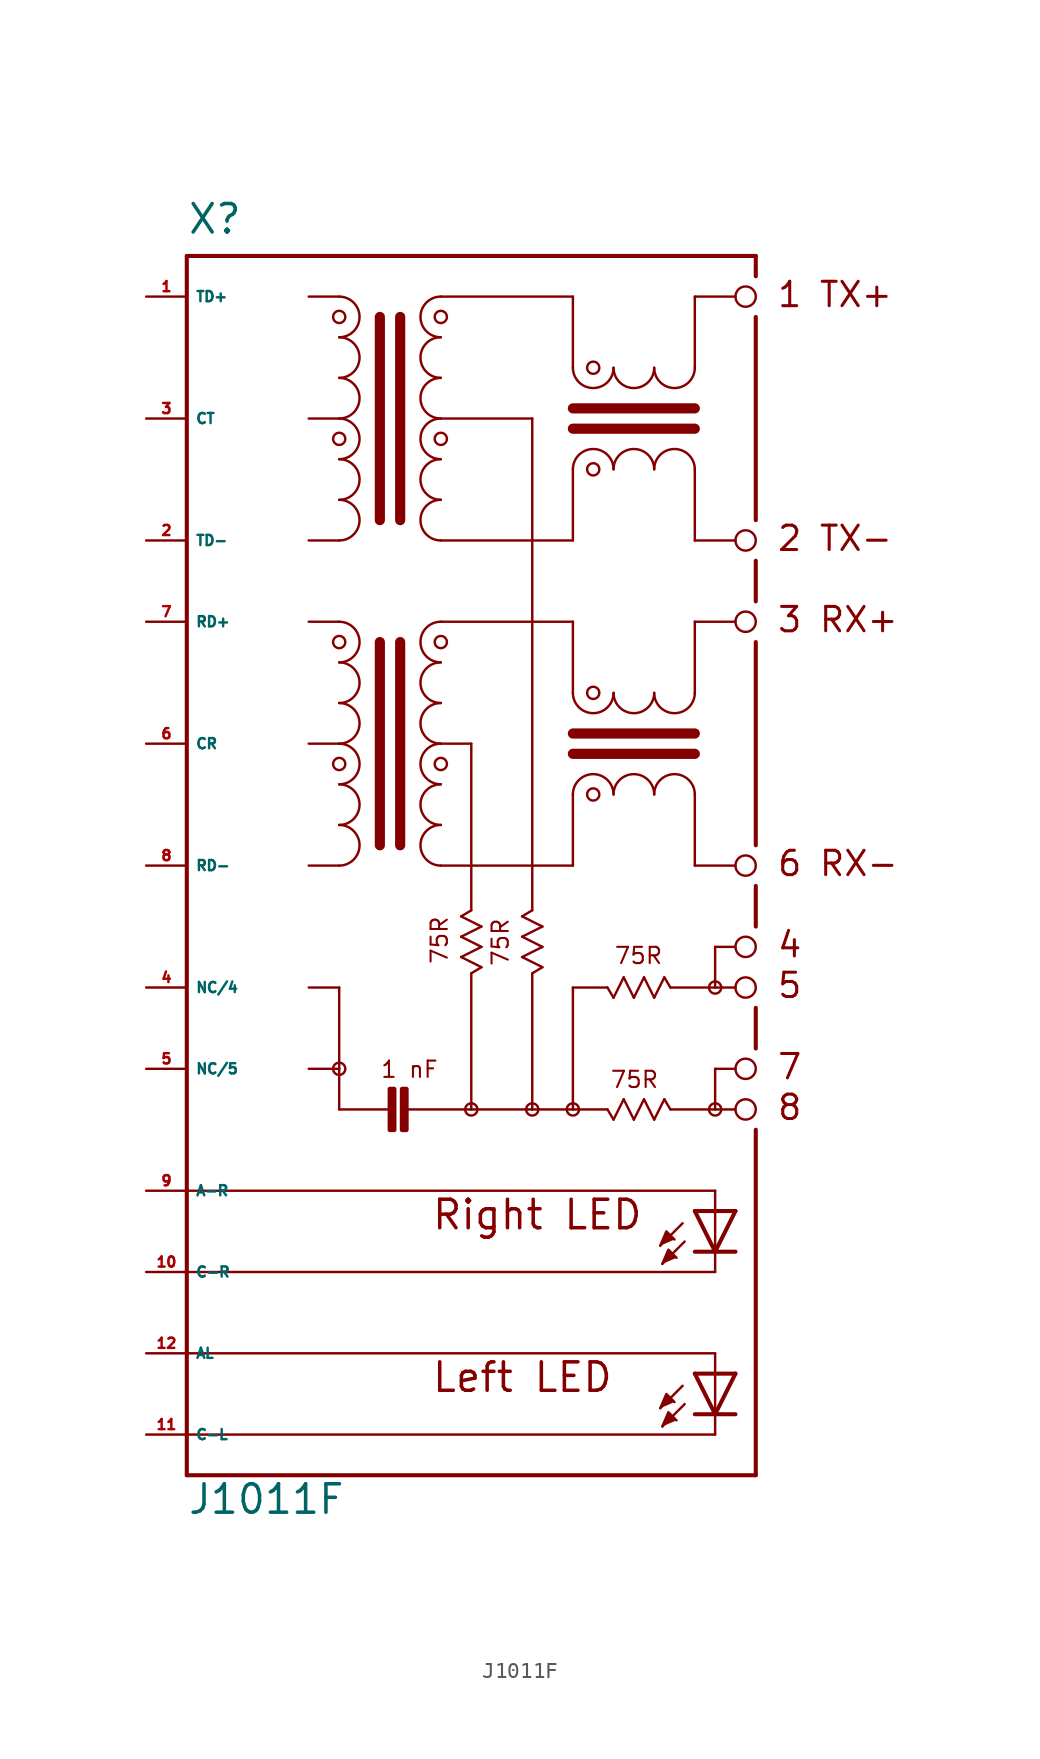
<source format=kicad_sym>
(kicad_symbol_lib
  (version 20220914)
  (generator Eagle2Kicad)
  (symbol "J1011F"
    (property "Reference" "X"
      (at -12.7 21.59 0)
      (effects (font (size 1.778 1.778) (thickness 0.22)) (justify left bottom)))
    (property "Value" "J1011F"
      (at -12.7 -58.42 0)
      (effects (font (size 1.778 1.778) (thickness 0.22)) (justify left bottom)))
    (polyline
      (pts (xy 16.891 -41.529) (xy 17.272 -40.64) (xy 17.78 -41.148))
      (stroke (width 0.152) (type default))
      (fill (type outline)))
    (polyline
      (pts (xy 17.018 -42.672) (xy 17.399 -41.783) (xy 17.907 -42.291))
      (stroke (width 0.152) (type default))
      (fill (type outline)))
    (polyline
      (pts (xy 16.891 -51.689) (xy 17.272 -50.8) (xy 17.78 -51.308))
      (stroke (width 0.152) (type default))
      (fill (type outline)))
    (polyline
      (pts (xy 17.018 -52.832) (xy 17.399 -51.943) (xy 17.907 -52.451))
      (stroke (width 0.152) (type default))
      (fill (type outline)))
    (polyline
      (pts (xy 21.59 -39.37) (xy 20.32 -41.91))
      (stroke (width 0.254) (type default))
      (fill (type none)))
    (polyline
      (pts (xy 20.32 -41.91) (xy 19.05 -39.37))
      (stroke (width 0.254) (type default))
      (fill (type none)))
    (polyline
      (pts (xy 21.59 -41.91) (xy 20.32 -41.91))
      (stroke (width 0.254) (type default))
      (fill (type none)))
    (polyline
      (pts (xy 20.32 -41.91) (xy 19.05 -41.91))
      (stroke (width 0.254) (type default))
      (fill (type none)))
    (polyline
      (pts (xy 21.59 -39.37) (xy 20.32 -39.37))
      (stroke (width 0.254) (type default))
      (fill (type none)))
    (polyline
      (pts (xy 20.32 -39.37) (xy 19.05 -39.37))
      (stroke (width 0.254) (type default))
      (fill (type none)))
    (polyline
      (pts (xy 20.32 -39.37) (xy 20.32 -41.91))
      (stroke (width 0.152) (type default))
      (fill (type none)))
    (polyline
      (pts (xy 18.288 -40.132) (xy 16.891 -41.529))
      (stroke (width 0.152) (type default))
      (fill (type none)))
    (polyline
      (pts (xy 18.415 -41.275) (xy 17.018 -42.672))
      (stroke (width 0.152) (type default))
      (fill (type none)))
    (polyline
      (pts (xy 20.32 -43.18) (xy 20.32 -41.91))
      (stroke (width 0.152) (type default))
      (fill (type none)))
    (polyline
      (pts (xy -12.7 -38.1) (xy 20.32 -38.1))
      (stroke (width 0.152) (type default))
      (fill (type none)))
    (polyline
      (pts (xy 20.32 -38.1) (xy 20.32 -39.37))
      (stroke (width 0.152) (type default))
      (fill (type none)))
    (polyline
      (pts (xy -12.7 -43.18) (xy 20.32 -43.18))
      (stroke (width 0.152) (type default))
      (fill (type none)))
    (polyline
      (pts (xy 21.59 -49.53) (xy 20.32 -52.07))
      (stroke (width 0.254) (type default))
      (fill (type none)))
    (polyline
      (pts (xy 20.32 -52.07) (xy 19.05 -49.53))
      (stroke (width 0.254) (type default))
      (fill (type none)))
    (polyline
      (pts (xy 21.59 -52.07) (xy 20.32 -52.07))
      (stroke (width 0.254) (type default))
      (fill (type none)))
    (polyline
      (pts (xy 20.32 -52.07) (xy 19.05 -52.07))
      (stroke (width 0.254) (type default))
      (fill (type none)))
    (polyline
      (pts (xy 21.59 -49.53) (xy 20.32 -49.53))
      (stroke (width 0.254) (type default))
      (fill (type none)))
    (polyline
      (pts (xy 20.32 -49.53) (xy 19.05 -49.53))
      (stroke (width 0.254) (type default))
      (fill (type none)))
    (polyline
      (pts (xy 20.32 -49.53) (xy 20.32 -52.07))
      (stroke (width 0.152) (type default))
      (fill (type none)))
    (polyline
      (pts (xy 18.288 -50.292) (xy 16.891 -51.689))
      (stroke (width 0.152) (type default))
      (fill (type none)))
    (polyline
      (pts (xy 18.415 -51.435) (xy 17.018 -52.832))
      (stroke (width 0.152) (type default))
      (fill (type none)))
    (polyline
      (pts (xy 20.32 -53.34) (xy 20.32 -52.07))
      (stroke (width 0.152) (type default))
      (fill (type none)))
    (polyline
      (pts (xy -12.7 -48.26) (xy 20.32 -48.26))
      (stroke (width 0.152) (type default))
      (fill (type none)))
    (polyline
      (pts (xy 20.32 -48.26) (xy 20.32 -49.53))
      (stroke (width 0.152) (type default))
      (fill (type none)))
    (polyline
      (pts (xy -12.7 -53.34) (xy 20.32 -53.34))
      (stroke (width 0.152) (type default))
      (fill (type none)))
    (polyline
      (pts (xy -5.08 2.54) (xy -3.175 2.54))
      (stroke (width 0.152) (type default))
      (fill (type none)))
    (polyline
      (pts (xy -5.08 10.16) (xy -3.175 10.16))
      (stroke (width 0.152) (type default))
      (fill (type none)))
    (polyline
      (pts (xy -5.08 17.78) (xy -3.175 17.78))
      (stroke (width 0.152) (type default))
      (fill (type none)))
    (arc
      (start -3.175 10.16)
      (mid -1.905 11.430)
      (end -3.175 12.7)
      (stroke (width 0.1524) (type default))
      (fill (type none)))
    (arc
      (start -3.175 12.7)
      (mid -1.905 13.970)
      (end -3.175 15.24)
      (stroke (width 0.1524) (type default))
      (fill (type none)))
    (arc
      (start -3.175 15.24)
      (mid -1.905 16.510)
      (end -3.175 17.78)
      (stroke (width 0.1524) (type default))
      (fill (type none)))
    (arc
      (start -3.175 7.62)
      (mid -1.905 8.890)
      (end -3.175 10.16)
      (stroke (width 0.1524) (type default))
      (fill (type none)))
    (arc
      (start -3.175 5.08)
      (mid -1.905 6.350)
      (end -3.175 7.62)
      (stroke (width 0.1524) (type default))
      (fill (type none)))
    (arc
      (start -3.175 2.54)
      (mid -1.905 3.810)
      (end -3.175 5.08)
      (stroke (width 0.1524) (type default))
      (fill (type none)))
    (polyline
      (pts (xy -0.635 16.51) (xy -0.635 3.81))
      (stroke (width 0.635) (type default))
      (fill (type none)))
    (polyline
      (pts (xy 0.635 16.51) (xy 0.635 3.81))
      (stroke (width 0.635) (type default))
      (fill (type none)))
    (arc
      (start 3.175 12.7)
      (mid 1.905 11.430)
      (end 3.175 10.16)
      (stroke (width 0.1524) (type default))
      (fill (type none)))
    (arc
      (start 3.175 15.24)
      (mid 1.905 13.970)
      (end 3.175 12.7)
      (stroke (width 0.1524) (type default))
      (fill (type none)))
    (arc
      (start 3.175 17.78)
      (mid 1.905 16.510)
      (end 3.175 15.24)
      (stroke (width 0.1524) (type default))
      (fill (type none)))
    (arc
      (start 3.175 10.16)
      (mid 1.905 8.890)
      (end 3.175 7.62)
      (stroke (width 0.1524) (type default))
      (fill (type none)))
    (arc
      (start 3.175 7.62)
      (mid 1.905 6.350)
      (end 3.175 5.08)
      (stroke (width 0.1524) (type default))
      (fill (type none)))
    (arc
      (start 3.175 5.08)
      (mid 1.905 3.810)
      (end 3.175 2.54)
      (stroke (width 0.1524) (type default))
      (fill (type none)))
    (arc
      (start 19.05 6.985)
      (mid 17.780 8.255)
      (end 16.51 6.985)
      (stroke (width 0.1524) (type default))
      (fill (type none)))
    (arc
      (start 16.51 6.985)
      (mid 15.240 8.255)
      (end 13.97 6.985)
      (stroke (width 0.1524) (type default))
      (fill (type none)))
    (arc
      (start 13.97 6.985)
      (mid 12.700 8.255)
      (end 11.43 6.985)
      (stroke (width 0.1524) (type default))
      (fill (type none)))
    (arc
      (start 16.51 13.335)
      (mid 17.780 12.065)
      (end 19.05 13.335)
      (stroke (width 0.1524) (type default))
      (fill (type none)))
    (arc
      (start 13.97 13.335)
      (mid 15.240 12.065)
      (end 16.51 13.335)
      (stroke (width 0.1524) (type default))
      (fill (type none)))
    (arc
      (start 11.43 13.335)
      (mid 12.700 12.065)
      (end 13.97 13.335)
      (stroke (width 0.1524) (type default))
      (fill (type none)))
    (polyline
      (pts (xy 3.175 17.78) (xy 11.43 17.78))
      (stroke (width 0.152) (type default))
      (fill (type none)))
    (polyline
      (pts (xy 11.43 17.78) (xy 11.43 13.335))
      (stroke (width 0.152) (type default))
      (fill (type none)))
    (polyline
      (pts (xy 11.43 2.54) (xy 3.175 2.54))
      (stroke (width 0.152) (type default))
      (fill (type none)))
    (polyline
      (pts (xy 11.43 2.54) (xy 11.43 6.985))
      (stroke (width 0.152) (type default))
      (fill (type none)))
    (polyline
      (pts (xy 19.05 13.335) (xy 19.05 17.78))
      (stroke (width 0.152) (type default))
      (fill (type none)))
    (polyline
      (pts (xy 19.05 17.78) (xy 21.59 17.78))
      (stroke (width 0.152) (type default))
      (fill (type none)))
    (polyline
      (pts (xy 19.05 6.985) (xy 19.05 2.54))
      (stroke (width 0.152) (type default))
      (fill (type none)))
    (polyline
      (pts (xy 19.05 2.54) (xy 21.59 2.54))
      (stroke (width 0.152) (type default))
      (fill (type none)))
    (polyline
      (pts (xy 11.43 9.525) (xy 19.05 9.525))
      (stroke (width 0.635) (type default))
      (fill (type none)))
    (polyline
      (pts (xy 11.43 10.795) (xy 19.05 10.795))
      (stroke (width 0.635) (type default))
      (fill (type none)))
    (polyline
      (pts (xy -5.08 -17.78) (xy -3.175 -17.78))
      (stroke (width 0.152) (type default))
      (fill (type none)))
    (polyline
      (pts (xy -5.08 -10.16) (xy -3.175 -10.16))
      (stroke (width 0.152) (type default))
      (fill (type none)))
    (polyline
      (pts (xy -5.08 -2.54) (xy -3.175 -2.54))
      (stroke (width 0.152) (type default))
      (fill (type none)))
    (arc
      (start -3.175 -10.16)
      (mid -1.905 -8.890)
      (end -3.175 -7.62)
      (stroke (width 0.1524) (type default))
      (fill (type none)))
    (arc
      (start -3.175 -7.62)
      (mid -1.905 -6.350)
      (end -3.175 -5.08)
      (stroke (width 0.1524) (type default))
      (fill (type none)))
    (arc
      (start -3.175 -5.08)
      (mid -1.905 -3.810)
      (end -3.175 -2.54)
      (stroke (width 0.1524) (type default))
      (fill (type none)))
    (arc
      (start -3.175 -12.7)
      (mid -1.905 -11.430)
      (end -3.175 -10.16)
      (stroke (width 0.1524) (type default))
      (fill (type none)))
    (arc
      (start -3.175 -15.24)
      (mid -1.905 -13.970)
      (end -3.175 -12.7)
      (stroke (width 0.1524) (type default))
      (fill (type none)))
    (arc
      (start -3.175 -17.78)
      (mid -1.905 -16.510)
      (end -3.175 -15.24)
      (stroke (width 0.1524) (type default))
      (fill (type none)))
    (polyline
      (pts (xy -0.635 -3.81) (xy -0.635 -16.51))
      (stroke (width 0.635) (type default))
      (fill (type none)))
    (polyline
      (pts (xy 0.635 -3.81) (xy 0.635 -16.51))
      (stroke (width 0.635) (type default))
      (fill (type none)))
    (arc
      (start 3.175 -7.62)
      (mid 1.905 -8.890)
      (end 3.175 -10.16)
      (stroke (width 0.1524) (type default))
      (fill (type none)))
    (arc
      (start 3.175 -5.08)
      (mid 1.905 -6.350)
      (end 3.175 -7.62)
      (stroke (width 0.1524) (type default))
      (fill (type none)))
    (arc
      (start 3.175 -2.54)
      (mid 1.905 -3.810)
      (end 3.175 -5.08)
      (stroke (width 0.1524) (type default))
      (fill (type none)))
    (arc
      (start 3.175 -10.16)
      (mid 1.905 -11.430)
      (end 3.175 -12.7)
      (stroke (width 0.1524) (type default))
      (fill (type none)))
    (arc
      (start 3.175 -12.7)
      (mid 1.905 -13.970)
      (end 3.175 -15.24)
      (stroke (width 0.1524) (type default))
      (fill (type none)))
    (arc
      (start 3.175 -15.24)
      (mid 1.905 -16.510)
      (end 3.175 -17.78)
      (stroke (width 0.1524) (type default))
      (fill (type none)))
    (arc
      (start 19.05 -13.335)
      (mid 17.780 -12.065)
      (end 16.51 -13.335)
      (stroke (width 0.1524) (type default))
      (fill (type none)))
    (arc
      (start 16.51 -13.335)
      (mid 15.240 -12.065)
      (end 13.97 -13.335)
      (stroke (width 0.1524) (type default))
      (fill (type none)))
    (arc
      (start 13.97 -13.335)
      (mid 12.700 -12.065)
      (end 11.43 -13.335)
      (stroke (width 0.1524) (type default))
      (fill (type none)))
    (arc
      (start 16.51 -6.985)
      (mid 17.780 -8.255)
      (end 19.05 -6.985)
      (stroke (width 0.1524) (type default))
      (fill (type none)))
    (arc
      (start 13.97 -6.985)
      (mid 15.240 -8.255)
      (end 16.51 -6.985)
      (stroke (width 0.1524) (type default))
      (fill (type none)))
    (arc
      (start 11.43 -6.985)
      (mid 12.700 -8.255)
      (end 13.97 -6.985)
      (stroke (width 0.1524) (type default))
      (fill (type none)))
    (polyline
      (pts (xy 3.175 -2.54) (xy 11.43 -2.54))
      (stroke (width 0.152) (type default))
      (fill (type none)))
    (polyline
      (pts (xy 11.43 -2.54) (xy 11.43 -6.985))
      (stroke (width 0.152) (type default))
      (fill (type none)))
    (polyline
      (pts (xy 11.43 -17.78) (xy 3.175 -17.78))
      (stroke (width 0.152) (type default))
      (fill (type none)))
    (polyline
      (pts (xy 11.43 -17.78) (xy 11.43 -13.335))
      (stroke (width 0.152) (type default))
      (fill (type none)))
    (polyline
      (pts (xy 19.05 -6.985) (xy 19.05 -2.54))
      (stroke (width 0.152) (type default))
      (fill (type none)))
    (polyline
      (pts (xy 19.05 -2.54) (xy 21.59 -2.54))
      (stroke (width 0.152) (type default))
      (fill (type none)))
    (polyline
      (pts (xy 19.05 -13.335) (xy 19.05 -17.78))
      (stroke (width 0.152) (type default))
      (fill (type none)))
    (polyline
      (pts (xy 19.05 -17.78) (xy 21.59 -17.78))
      (stroke (width 0.152) (type default))
      (fill (type none)))
    (polyline
      (pts (xy 11.43 -10.795) (xy 19.05 -10.795))
      (stroke (width 0.635) (type default))
      (fill (type none)))
    (polyline
      (pts (xy 11.43 -9.525) (xy 19.05 -9.525))
      (stroke (width 0.635) (type default))
      (fill (type none)))
    (polyline
      (pts (xy 21.59 -22.86) (xy 20.32 -22.86))
      (stroke (width 0.152) (type default))
      (fill (type none)))
    (polyline
      (pts (xy 20.32 -22.86) (xy 20.32 -25.4))
      (stroke (width 0.152) (type default))
      (fill (type none)))
    (polyline
      (pts (xy 20.32 -25.4) (xy 21.59 -25.4))
      (stroke (width 0.152) (type default))
      (fill (type none)))
    (polyline
      (pts (xy 21.59 -30.48) (xy 20.32 -30.48))
      (stroke (width 0.152) (type default))
      (fill (type none)))
    (polyline
      (pts (xy 20.32 -30.48) (xy 20.32 -33.02))
      (stroke (width 0.152) (type default))
      (fill (type none)))
    (polyline
      (pts (xy 20.32 -33.02) (xy 21.59 -33.02))
      (stroke (width 0.152) (type default))
      (fill (type none)))
    (polyline
      (pts (xy 20.32 -25.4) (xy 17.526 -25.4))
      (stroke (width 0.152) (type default))
      (fill (type none)))
    (polyline
      (pts (xy 17.526 -33.02) (xy 20.32 -33.02))
      (stroke (width 0.152) (type default))
      (fill (type none)))
    (polyline
      (pts (xy -12.7 20.32) (xy -12.7 -55.88))
      (stroke (width 0.254) (type default))
      (fill (type none)))
    (polyline
      (pts (xy -12.7 -55.88) (xy 22.86 -55.88))
      (stroke (width 0.254) (type default))
      (fill (type none)))
    (polyline
      (pts (xy -12.7 20.32) (xy 22.86 20.32))
      (stroke (width 0.254) (type default))
      (fill (type none)))
    (polyline
      (pts (xy 22.86 20.32) (xy 22.86 19.05))
      (stroke (width 0.254) (type default))
      (fill (type none)))
    (polyline
      (pts (xy 22.86 -55.88) (xy 22.86 -34.29))
      (stroke (width 0.254) (type default))
      (fill (type none)))
    (polyline
      (pts (xy 22.86 -29.21) (xy 22.86 -26.67))
      (stroke (width 0.254) (type default))
      (fill (type none)))
    (polyline
      (pts (xy 22.86 -21.59) (xy 22.86 -19.05))
      (stroke (width 0.254) (type default))
      (fill (type none)))
    (polyline
      (pts (xy 22.86 -16.51) (xy 22.86 -3.81))
      (stroke (width 0.254) (type default))
      (fill (type none)))
    (polyline
      (pts (xy 22.86 -1.27) (xy 22.86 1.27))
      (stroke (width 0.254) (type default))
      (fill (type none)))
    (polyline
      (pts (xy 22.86 3.81) (xy 22.86 16.51))
      (stroke (width 0.254) (type default))
      (fill (type none)))
    (polyline
      (pts (xy 3.175 10.16) (xy 8.89 10.16))
      (stroke (width 0.152) (type default))
      (fill (type none)))
    (polyline
      (pts (xy 8.89 10.16) (xy 8.89 -20.574))
      (stroke (width 0.152) (type default))
      (fill (type none)))
    (polyline
      (pts (xy 3.175 -10.16) (xy 5.08 -10.16))
      (stroke (width 0.152) (type default))
      (fill (type none)))
    (polyline
      (pts (xy 5.08 -10.16) (xy 5.08 -20.574))
      (stroke (width 0.152) (type default))
      (fill (type none)))
    (polyline
      (pts (xy 5.08 -20.574) (xy 4.445 -20.955))
      (stroke (width 0.152) (type default))
      (fill (type none)))
    (polyline
      (pts (xy 4.445 -20.955) (xy 5.715 -21.59))
      (stroke (width 0.152) (type default))
      (fill (type none)))
    (polyline
      (pts (xy 5.715 -21.59) (xy 4.445 -22.225))
      (stroke (width 0.152) (type default))
      (fill (type none)))
    (polyline
      (pts (xy 4.445 -22.225) (xy 5.715 -22.86))
      (stroke (width 0.152) (type default))
      (fill (type none)))
    (polyline
      (pts (xy 5.715 -22.86) (xy 4.445 -23.495))
      (stroke (width 0.152) (type default))
      (fill (type none)))
    (polyline
      (pts (xy 4.445 -23.495) (xy 5.715 -24.13))
      (stroke (width 0.152) (type default))
      (fill (type none)))
    (polyline
      (pts (xy 5.715 -24.13) (xy 5.08 -24.511))
      (stroke (width 0.152) (type default))
      (fill (type none)))
    (polyline
      (pts (xy 8.89 -20.574) (xy 8.255 -20.955))
      (stroke (width 0.152) (type default))
      (fill (type none)))
    (polyline
      (pts (xy 8.255 -20.955) (xy 9.525 -21.59))
      (stroke (width 0.152) (type default))
      (fill (type none)))
    (polyline
      (pts (xy 9.525 -21.59) (xy 8.255 -22.225))
      (stroke (width 0.152) (type default))
      (fill (type none)))
    (polyline
      (pts (xy 8.255 -22.225) (xy 9.525 -22.86))
      (stroke (width 0.152) (type default))
      (fill (type none)))
    (polyline
      (pts (xy 9.525 -22.86) (xy 8.255 -23.495))
      (stroke (width 0.152) (type default))
      (fill (type none)))
    (polyline
      (pts (xy 8.255 -23.495) (xy 9.525 -24.13))
      (stroke (width 0.152) (type default))
      (fill (type none)))
    (polyline
      (pts (xy 9.525 -24.13) (xy 8.89 -24.511))
      (stroke (width 0.152) (type default))
      (fill (type none)))
    (polyline
      (pts (xy 13.589 -25.4) (xy 13.97 -26.035))
      (stroke (width 0.152) (type default))
      (fill (type none)))
    (polyline
      (pts (xy 13.97 -26.035) (xy 14.605 -24.765))
      (stroke (width 0.152) (type default))
      (fill (type none)))
    (polyline
      (pts (xy 14.605 -24.765) (xy 15.24 -26.035))
      (stroke (width 0.152) (type default))
      (fill (type none)))
    (polyline
      (pts (xy 15.24 -26.035) (xy 15.875 -24.765))
      (stroke (width 0.152) (type default))
      (fill (type none)))
    (polyline
      (pts (xy 15.875 -24.765) (xy 16.51 -26.035))
      (stroke (width 0.152) (type default))
      (fill (type none)))
    (polyline
      (pts (xy 16.51 -26.035) (xy 17.145 -24.765))
      (stroke (width 0.152) (type default))
      (fill (type none)))
    (polyline
      (pts (xy 17.145 -24.765) (xy 17.526 -25.4))
      (stroke (width 0.152) (type default))
      (fill (type none)))
    (polyline
      (pts (xy 13.589 -33.02) (xy 13.97 -33.655))
      (stroke (width 0.152) (type default))
      (fill (type none)))
    (polyline
      (pts (xy 13.97 -33.655) (xy 14.605 -32.385))
      (stroke (width 0.152) (type default))
      (fill (type none)))
    (polyline
      (pts (xy 14.605 -32.385) (xy 15.24 -33.655))
      (stroke (width 0.152) (type default))
      (fill (type none)))
    (polyline
      (pts (xy 15.24 -33.655) (xy 15.875 -32.385))
      (stroke (width 0.152) (type default))
      (fill (type none)))
    (polyline
      (pts (xy 15.875 -32.385) (xy 16.51 -33.655))
      (stroke (width 0.152) (type default))
      (fill (type none)))
    (polyline
      (pts (xy 16.51 -33.655) (xy 17.145 -32.385))
      (stroke (width 0.152) (type default))
      (fill (type none)))
    (polyline
      (pts (xy 17.145 -32.385) (xy 17.526 -33.02))
      (stroke (width 0.152) (type default))
      (fill (type none)))
    (polyline
      (pts (xy -5.08 -25.4) (xy -3.175 -25.4))
      (stroke (width 0.152) (type default))
      (fill (type none)))
    (polyline
      (pts (xy -3.175 -25.4) (xy -3.175 -30.48))
      (stroke (width 0.152) (type default))
      (fill (type none)))
    (polyline
      (pts (xy -3.175 -30.48) (xy -5.08 -30.48))
      (stroke (width 0.152) (type default))
      (fill (type none)))
    (polyline
      (pts (xy -3.175 -30.48) (xy -3.175 -33.02))
      (stroke (width 0.152) (type default))
      (fill (type none)))
    (polyline
      (pts (xy -3.175 -33.02) (xy 0 -33.02))
      (stroke (width 0.152) (type default))
      (fill (type none)))
    (polyline
      (pts (xy 1.016 -33.02) (xy 5.08 -33.02))
      (stroke (width 0.152) (type default))
      (fill (type none)))
    (polyline
      (pts (xy 5.08 -33.02) (xy 8.89 -33.02))
      (stroke (width 0.152) (type default))
      (fill (type none)))
    (polyline
      (pts (xy 8.89 -33.02) (xy 11.43 -33.02))
      (stroke (width 0.152) (type default))
      (fill (type none)))
    (polyline
      (pts (xy 11.43 -33.02) (xy 13.589 -33.02))
      (stroke (width 0.152) (type default))
      (fill (type none)))
    (polyline
      (pts (xy 13.589 -25.4) (xy 11.43 -25.4))
      (stroke (width 0.152) (type default))
      (fill (type none)))
    (polyline
      (pts (xy 11.43 -25.4) (xy 11.43 -33.02))
      (stroke (width 0.152) (type default))
      (fill (type none)))
    (polyline
      (pts (xy 8.89 -24.511) (xy 8.89 -33.02))
      (stroke (width 0.152) (type default))
      (fill (type none)))
    (polyline
      (pts (xy 5.08 -24.511) (xy 5.08 -33.02))
      (stroke (width 0.152) (type default))
      (fill (type none)))
    (text "Right LED"
      (at 2.54 -40.64 0)
      (effects (font (size 1.778 1.778) (thickness 0.22)) (justify left bottom)))
    (text "Left LED"
      (at 2.54 -50.8 0)
      (effects (font (size 1.778 1.778) (thickness 0.22)) (justify left bottom)))
    (text "1 TX+"
      (at 24.13 17.018 0)
      (effects (font (size 1.524 1.524) (thickness 0.19)) (justify left bottom)))
    (text "2 TX-"
      (at 24.13 1.778 0)
      (effects (font (size 1.524 1.524) (thickness 0.19)) (justify left bottom)))
    (text "3 RX+"
      (at 24.13 -3.302 0)
      (effects (font (size 1.524 1.524) (thickness 0.19)) (justify left bottom)))
    (text "6 RX-"
      (at 24.13 -18.542 0)
      (effects (font (size 1.524 1.524) (thickness 0.19)) (justify left bottom)))
    (text "4"
      (at 24.13 -23.622 0)
      (effects (font (size 1.524 1.524) (thickness 0.19)) (justify left bottom)))
    (text "5"
      (at 24.13 -26.162 0)
      (effects (font (size 1.524 1.524) (thickness 0.19)) (justify left bottom)))
    (text "7"
      (at 24.13 -31.242 0)
      (effects (font (size 1.524 1.524) (thickness 0.19)) (justify left bottom)))
    (text "8"
      (at 24.13 -33.782 0)
      (effects (font (size 1.524 1.524) (thickness 0.19)) (justify left bottom)))
    (text "75R"
      (at 3.683 -24.003 900)
      (effects (font (size 1.016 1.016) (thickness 0.13)) (justify left bottom)))
    (text "75R"
      (at 7.493 -24.13 900)
      (effects (font (size 1.016 1.016) (thickness 0.13)) (justify left bottom)))
    (text "75R"
      (at 13.97 -24.003 0)
      (effects (font (size 1.016 1.016) (thickness 0.13)) (justify left bottom)))
    (text "75R"
      (at 13.716 -31.75 0)
      (effects (font (size 1.016 1.016) (thickness 0.13)) (justify left bottom)))
    (text "1 nF"
      (at -0.635 -31.115 0)
      (effects (font (size 1.016 1.016) (thickness 0.13)) (justify left bottom)))
    (circle
      (center -3.175 16.51)
      (radius 0.381)
      (stroke (width 0) (type default))
      (fill (type none)))
    (circle
      (center -3.175 8.89)
      (radius 0.381)
      (stroke (width 0) (type default))
      (fill (type none)))
    (circle
      (center 3.175 16.51)
      (radius 0.381)
      (stroke (width 0) (type default))
      (fill (type none)))
    (circle
      (center 3.175 8.89)
      (radius 0.381)
      (stroke (width 0) (type default))
      (fill (type none)))
    (circle
      (center 12.7 6.985)
      (radius 0.381)
      (stroke (width 0) (type default))
      (fill (type none)))
    (circle
      (center 12.7 13.335)
      (radius 0.381)
      (stroke (width 0) (type default))
      (fill (type none)))
    (circle
      (center -3.175 -3.81)
      (radius 0.381)
      (stroke (width 0) (type default))
      (fill (type none)))
    (circle
      (center -3.175 -11.43)
      (radius 0.381)
      (stroke (width 0) (type default))
      (fill (type none)))
    (circle
      (center 3.175 -3.81)
      (radius 0.381)
      (stroke (width 0) (type default))
      (fill (type none)))
    (circle
      (center 3.175 -11.43)
      (radius 0.381)
      (stroke (width 0) (type default))
      (fill (type none)))
    (circle
      (center 12.7 -13.335)
      (radius 0.381)
      (stroke (width 0) (type default))
      (fill (type none)))
    (circle
      (center 12.7 -6.985)
      (radius 0.381)
      (stroke (width 0) (type default))
      (fill (type none)))
    (circle
      (center 22.225 17.78)
      (radius 0.635)
      (stroke (width 0.152) (type default))
      (fill (type none)))
    (circle
      (center 22.225 2.54)
      (radius 0.635)
      (stroke (width 0.152) (type default))
      (fill (type none)))
    (circle
      (center 22.225 -2.54)
      (radius 0.635)
      (stroke (width 0.152) (type default))
      (fill (type none)))
    (circle
      (center 22.225 -17.78)
      (radius 0.635)
      (stroke (width 0.152) (type default))
      (fill (type none)))
    (circle
      (center 22.225 -22.86)
      (radius 0.635)
      (stroke (width 0.152) (type default))
      (fill (type none)))
    (circle
      (center 22.225 -25.4)
      (radius 0.635)
      (stroke (width 0.152) (type default))
      (fill (type none)))
    (circle
      (center 22.225 -30.48)
      (radius 0.635)
      (stroke (width 0.152) (type default))
      (fill (type none)))
    (circle
      (center 22.225 -33.02)
      (radius 0.635)
      (stroke (width 0.152) (type default))
      (fill (type none)))
    (circle
      (center -3.175 -30.48)
      (radius 0.381)
      (stroke (width 0) (type default))
      (fill (type none)))
    (circle
      (center 5.08 -33.02)
      (radius 0.381)
      (stroke (width 0) (type default))
      (fill (type none)))
    (circle
      (center 8.89 -33.02)
      (radius 0.381)
      (stroke (width 0) (type default))
      (fill (type none)))
    (circle
      (center 11.43 -33.02)
      (radius 0.381)
      (stroke (width 0) (type default))
      (fill (type none)))
    (circle
      (center 20.32 -33.02)
      (radius 0.381)
      (stroke (width 0) (type default))
      (fill (type none)))
    (circle
      (center 20.32 -25.4)
      (radius 0.381)
      (stroke (width 0) (type default))
      (fill (type none)))
    (rectangle
      (start 0 -34.29)
      (end 0.254 -31.75)
      (stroke (width 0.3) (type default))
      (fill (type outline)))
    (rectangle
      (start 0.762 -34.29)
      (end 1.016 -31.75)
      (stroke (width 0.3) (type default))
      (fill (type outline)))
    (pin passive line
      (at -15.24 -43.18 0)
      (length 2.54)
      (name "C-R" (effects (font (size 0.635 0.635) (thickness 0.08)) (justify left bottom)))
      (number "10" (effects (font (size 0.635 0.635) (thickness 0.08)) (justify left bottom))))
    (pin passive line
      (at -15.24 -38.1 0)
      (length 2.54)
      (name "A-R" (effects (font (size 0.635 0.635) (thickness 0.08)) (justify left bottom)))
      (number "9" (effects (font (size 0.635 0.635) (thickness 0.08)) (justify left bottom))))
    (pin passive line
      (at -15.24 -53.34 0)
      (length 2.54)
      (name "C-L" (effects (font (size 0.635 0.635) (thickness 0.08)) (justify left bottom)))
      (number "11" (effects (font (size 0.635 0.635) (thickness 0.08)) (justify left bottom))))
    (pin passive line
      (at -15.24 -48.26 0)
      (length 2.54)
      (name "AL" (effects (font (size 0.635 0.635) (thickness 0.08)) (justify left bottom)))
      (number "12" (effects (font (size 0.635 0.635) (thickness 0.08)) (justify left bottom))))
    (pin input line
      (at -15.24 17.78 0)
      (length 2.54)
      (name "TD+" (effects (font (size 0.635 0.635) (thickness 0.08)) (justify left bottom)))
      (number "1" (effects (font (size 0.635 0.635) (thickness 0.08)) (justify left bottom))))
    (pin input line
      (at -15.24 10.16 0)
      (length 2.54)
      (name "CT" (effects (font (size 0.635 0.635) (thickness 0.08)) (justify left bottom)))
      (number "3" (effects (font (size 0.635 0.635) (thickness 0.08)) (justify left bottom))))
    (pin input line
      (at -15.24 2.54 0)
      (length 2.54)
      (name "TD-" (effects (font (size 0.635 0.635) (thickness 0.08)) (justify left bottom)))
      (number "2" (effects (font (size 0.635 0.635) (thickness 0.08)) (justify left bottom))))
    (pin input line
      (at -15.24 -2.54 0)
      (length 2.54)
      (name "RD+" (effects (font (size 0.635 0.635) (thickness 0.08)) (justify left bottom)))
      (number "7" (effects (font (size 0.635 0.635) (thickness 0.08)) (justify left bottom))))
    (pin input line
      (at -15.24 -10.16 0)
      (length 2.54)
      (name "CR" (effects (font (size 0.635 0.635) (thickness 0.08)) (justify left bottom)))
      (number "6" (effects (font (size 0.635 0.635) (thickness 0.08)) (justify left bottom))))
    (pin input line
      (at -15.24 -17.78 0)
      (length 2.54)
      (name "RD-" (effects (font (size 0.635 0.635) (thickness 0.08)) (justify left bottom)))
      (number "8" (effects (font (size 0.635 0.635) (thickness 0.08)) (justify left bottom))))
    (pin input line
      (at -15.24 -25.4 0)
      (length 2.54)
      (name "NC/4" (effects (font (size 0.635 0.635) (thickness 0.08)) (justify left bottom)))
      (number "4" (effects (font (size 0.635 0.635) (thickness 0.08)) (justify left bottom))))
    (pin input line
      (at -15.24 -30.48 0)
      (length 2.54)
      (name "NC/5" (effects (font (size 0.635 0.635) (thickness 0.08)) (justify left bottom)))
      (number "5" (effects (font (size 0.635 0.635) (thickness 0.08)) (justify left bottom))))))
</source>
